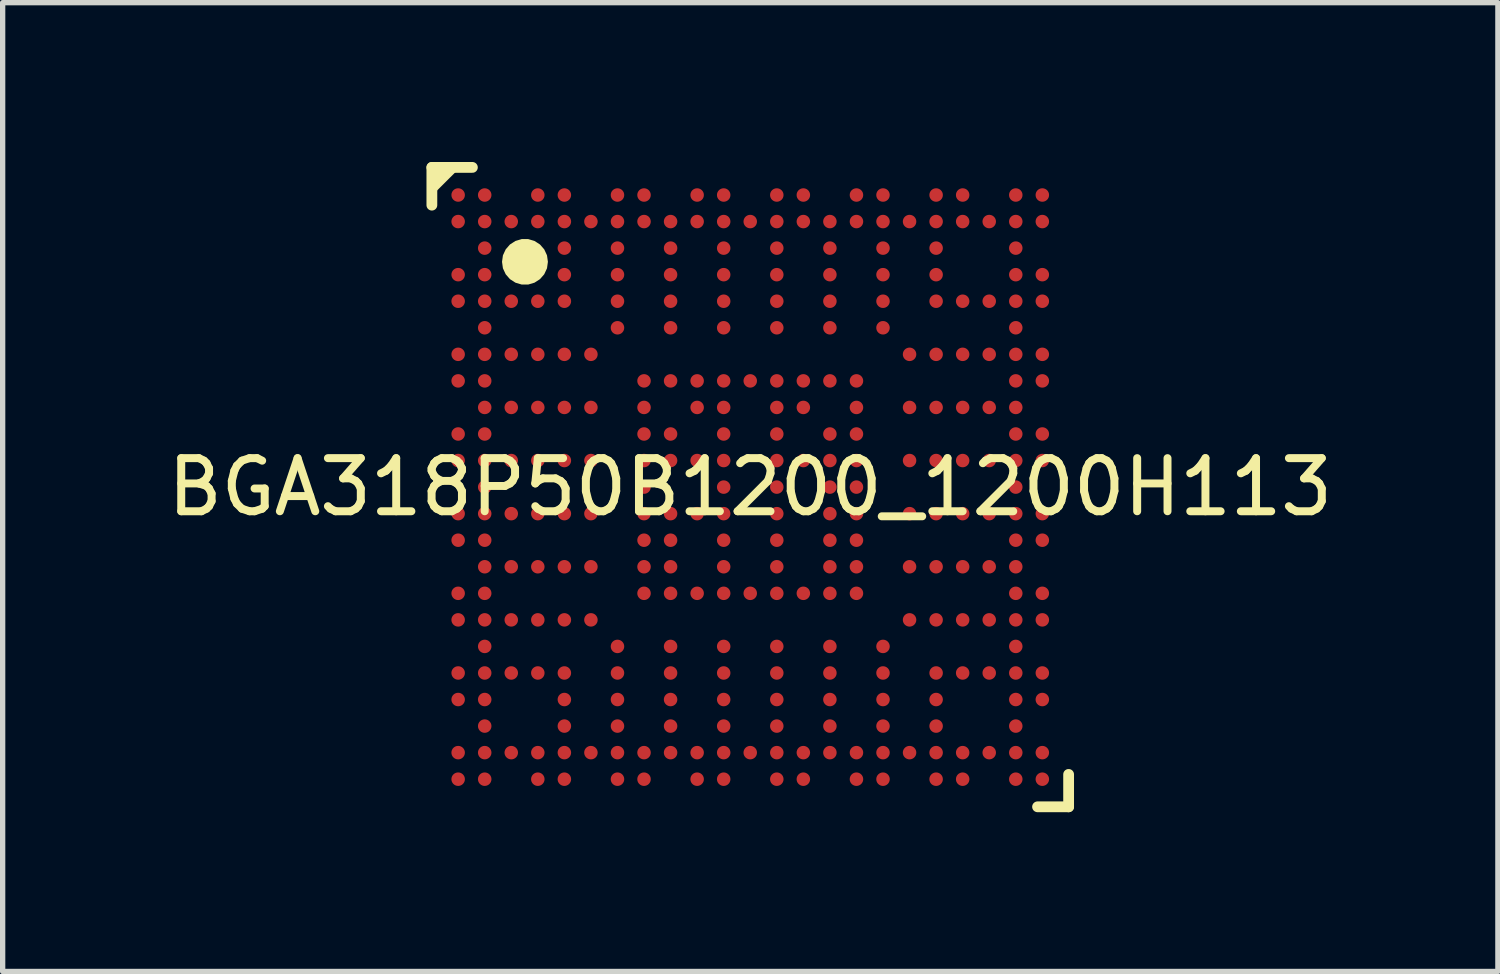
<source format=kicad_pcb>
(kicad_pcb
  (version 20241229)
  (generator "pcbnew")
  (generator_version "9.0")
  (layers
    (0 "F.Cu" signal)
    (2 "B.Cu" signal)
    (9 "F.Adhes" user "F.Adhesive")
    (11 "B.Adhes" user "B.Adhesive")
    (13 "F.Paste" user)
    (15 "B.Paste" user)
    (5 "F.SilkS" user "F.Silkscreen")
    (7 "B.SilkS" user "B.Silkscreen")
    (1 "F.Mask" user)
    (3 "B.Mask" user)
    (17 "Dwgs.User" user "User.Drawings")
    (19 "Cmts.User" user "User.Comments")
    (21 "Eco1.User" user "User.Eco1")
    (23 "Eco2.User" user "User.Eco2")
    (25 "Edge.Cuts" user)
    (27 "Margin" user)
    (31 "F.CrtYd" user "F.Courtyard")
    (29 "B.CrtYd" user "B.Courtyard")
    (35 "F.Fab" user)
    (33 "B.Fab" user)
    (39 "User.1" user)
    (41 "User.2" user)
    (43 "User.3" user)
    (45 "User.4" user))
  (footprint "BGA318P50B1200_1200H113"
    (layer "F.Cu")
    (at 11.077 6.122)
    (property "Reference" "BGA318P50B1200_1200H113" (at 0 0 0) (layer "F.SilkS") (effects (font (size 1 1) (thickness 0.15))))
    (fp_line (start -5.995 -6.02) (end -5.995 -5.309) (stroke (width 0.203) (type default)) (layer "F.SilkS"))
    (fp_line (start -5.995 -6.02) (end -5.232 -6.02) (stroke (width 0.203) (type default)) (layer "F.SilkS"))
    (fp_line (start 5.41 6.02) (end 5.995 6.02) (stroke (width 0.203) (type default)) (layer "F.SilkS"))
    (fp_line (start 5.995 5.41) (end 5.995 6.02) (stroke (width 0.203) (type default)) (layer "F.SilkS"))
    (fp_poly (pts (xy -5.461 -6.02) (xy -5.995 -5.487) (xy -5.995 -5.664) (xy -5.995 -6.02)) (stroke (width 0) (type default)) (fill yes) (layer "F.SilkS"))
    (fp_poly (pts (xy -3.81 -4.242) (xy -3.827 -4.364) (xy -3.879 -4.476) (xy -3.959 -4.568) (xy -4.063 -4.635) (xy -4.181 -4.67) (xy -4.303 -4.67) (xy -4.421 -4.635) (xy -4.525 -4.568) (xy -4.605 -4.476) (xy -4.657 -4.364) (xy -4.674 -4.242) (xy -4.657 -4.12) (xy -4.605 -4.008) (xy -4.525 -3.916) (xy -4.421 -3.849) (xy -4.303 -3.814) (xy -4.181 -3.814) (xy -4.063 -3.849) (xy -3.959 -3.916) (xy -3.879 -4.008) (xy -3.827 -4.12)) (stroke (width 0) (type default)) (fill yes) (layer "F.SilkS"))
    (pad "A1" smd circle (at -5.5 -5.5 270) (size 0.254 0.254) (layers "F.Cu" "F.Mask" "F.Paste"))
    (pad "A2" smd circle (at -5 -5.5 270) (size 0.254 0.254) (layers "F.Cu" "F.Mask" "F.Paste"))
    (pad "A4" smd circle (at -4 -5.5 270) (size 0.254 0.254) (layers "F.Cu" "F.Mask" "F.Paste"))
    (pad "A5" smd circle (at -3.5 -5.5 270) (size 0.254 0.254) (layers "F.Cu" "F.Mask" "F.Paste"))
    (pad "A7" smd circle (at -2.5 -5.5 270) (size 0.254 0.254) (layers "F.Cu" "F.Mask" "F.Paste"))
    (pad "A8" smd circle (at -2 -5.5 270) (size 0.254 0.254) (layers "F.Cu" "F.Mask" "F.Paste"))
    (pad "A10" smd circle (at -1 -5.5 270) (size 0.254 0.254) (layers "F.Cu" "F.Mask" "F.Paste"))
    (pad "A11" smd circle (at -0.5 -5.5 270) (size 0.254 0.254) (layers "F.Cu" "F.Mask" "F.Paste"))
    (pad "A13" smd circle (at 0.5 -5.5 270) (size 0.254 0.254) (layers "F.Cu" "F.Mask" "F.Paste"))
    (pad "A14" smd circle (at 1 -5.5 270) (size 0.254 0.254) (layers "F.Cu" "F.Mask" "F.Paste"))
    (pad "A16" smd circle (at 2 -5.5 270) (size 0.254 0.254) (layers "F.Cu" "F.Mask" "F.Paste"))
    (pad "A17" smd circle (at 2.5 -5.5 270) (size 0.254 0.254) (layers "F.Cu" "F.Mask" "F.Paste"))
    (pad "A19" smd circle (at 3.5 -5.5 270) (size 0.254 0.254) (layers "F.Cu" "F.Mask" "F.Paste"))
    (pad "A20" smd circle (at 4 -5.5 270) (size 0.254 0.254) (layers "F.Cu" "F.Mask" "F.Paste"))
    (pad "A22" smd circle (at 5 -5.5 270) (size 0.254 0.254) (layers "F.Cu" "F.Mask" "F.Paste"))
    (pad "A23" smd circle (at 5.5 -5.5 270) (size 0.254 0.254) (layers "F.Cu" "F.Mask" "F.Paste"))
    (pad "AA2" smd circle (at -5 4.5 270) (size 0.254 0.254) (layers "F.Cu" "F.Mask" "F.Paste"))
    (pad "AA5" smd circle (at -3.5 4.5 270) (size 0.254 0.254) (layers "F.Cu" "F.Mask" "F.Paste"))
    (pad "AA7" smd circle (at -2.5 4.5 270) (size 0.254 0.254) (layers "F.Cu" "F.Mask" "F.Paste"))
    (pad "AA9" smd circle (at -1.5 4.5 270) (size 0.254 0.254) (layers "F.Cu" "F.Mask" "F.Paste"))
    (pad "AA11" smd circle (at -0.5 4.5 270) (size 0.254 0.254) (layers "F.Cu" "F.Mask" "F.Paste"))
    (pad "AA13" smd circle (at 0.5 4.5 270) (size 0.254 0.254) (layers "F.Cu" "F.Mask" "F.Paste"))
    (pad "AA15" smd circle (at 1.5 4.5 270) (size 0.254 0.254) (layers "F.Cu" "F.Mask" "F.Paste"))
    (pad "AA17" smd circle (at 2.5 4.5 270) (size 0.254 0.254) (layers "F.Cu" "F.Mask" "F.Paste"))
    (pad "AA19" smd circle (at 3.5 4.5 270) (size 0.254 0.254) (layers "F.Cu" "F.Mask" "F.Paste"))
    (pad "AA22" smd circle (at 5 4.5 270) (size 0.254 0.254) (layers "F.Cu" "F.Mask" "F.Paste"))
    (pad "AB1" smd circle (at -5.5 5 270) (size 0.254 0.254) (layers "F.Cu" "F.Mask" "F.Paste"))
    (pad "AB2" smd circle (at -5 5 270) (size 0.254 0.254) (layers "F.Cu" "F.Mask" "F.Paste"))
    (pad "AB3" smd circle (at -4.5 5 270) (size 0.254 0.254) (layers "F.Cu" "F.Mask" "F.Paste"))
    (pad "AB4" smd circle (at -4 5 270) (size 0.254 0.254) (layers "F.Cu" "F.Mask" "F.Paste"))
    (pad "AB5" smd circle (at -3.5 5 270) (size 0.254 0.254) (layers "F.Cu" "F.Mask" "F.Paste"))
    (pad "AB6" smd circle (at -3 5 270) (size 0.254 0.254) (layers "F.Cu" "F.Mask" "F.Paste"))
    (pad "AB7" smd circle (at -2.5 5 270) (size 0.254 0.254) (layers "F.Cu" "F.Mask" "F.Paste"))
    (pad "AB8" smd circle (at -2 5 270) (size 0.254 0.254) (layers "F.Cu" "F.Mask" "F.Paste"))
    (pad "AB9" smd circle (at -1.5 5 270) (size 0.254 0.254) (layers "F.Cu" "F.Mask" "F.Paste"))
    (pad "AB10" smd circle (at -1 5 270) (size 0.254 0.254) (layers "F.Cu" "F.Mask" "F.Paste"))
    (pad "AB11" smd circle (at -0.5 5 270) (size 0.254 0.254) (layers "F.Cu" "F.Mask" "F.Paste"))
    (pad "AB12" smd circle (at 0 5 270) (size 0.254 0.254) (layers "F.Cu" "F.Mask" "F.Paste"))
    (pad "AB13" smd circle (at 0.5 5 270) (size 0.254 0.254) (layers "F.Cu" "F.Mask" "F.Paste"))
    (pad "AB14" smd circle (at 1 5 270) (size 0.254 0.254) (layers "F.Cu" "F.Mask" "F.Paste"))
    (pad "AB15" smd circle (at 1.5 5 270) (size 0.254 0.254) (layers "F.Cu" "F.Mask" "F.Paste"))
    (pad "AB16" smd circle (at 2 5 270) (size 0.254 0.254) (layers "F.Cu" "F.Mask" "F.Paste"))
    (pad "AB17" smd circle (at 2.5 5 270) (size 0.254 0.254) (layers "F.Cu" "F.Mask" "F.Paste"))
    (pad "AB18" smd circle (at 3 5 270) (size 0.254 0.254) (layers "F.Cu" "F.Mask" "F.Paste"))
    (pad "AB19" smd circle (at 3.5 5 270) (size 0.254 0.254) (layers "F.Cu" "F.Mask" "F.Paste"))
    (pad "AB20" smd circle (at 4 5 270) (size 0.254 0.254) (layers "F.Cu" "F.Mask" "F.Paste"))
    (pad "AB21" smd circle (at 4.5 5 270) (size 0.254 0.254) (layers "F.Cu" "F.Mask" "F.Paste"))
    (pad "AB22" smd circle (at 5 5 270) (size 0.254 0.254) (layers "F.Cu" "F.Mask" "F.Paste"))
    (pad "AB23" smd circle (at 5.5 5 270) (size 0.254 0.254) (layers "F.Cu" "F.Mask" "F.Paste"))
    (pad "AC1" smd circle (at -5.5 5.5 270) (size 0.254 0.254) (layers "F.Cu" "F.Mask" "F.Paste"))
    (pad "AC2" smd circle (at -5 5.5 270) (size 0.254 0.254) (layers "F.Cu" "F.Mask" "F.Paste"))
    (pad "AC4" smd circle (at -4 5.5 270) (size 0.254 0.254) (layers "F.Cu" "F.Mask" "F.Paste"))
    (pad "AC5" smd circle (at -3.5 5.5 270) (size 0.254 0.254) (layers "F.Cu" "F.Mask" "F.Paste"))
    (pad "AC7" smd circle (at -2.5 5.5 270) (size 0.254 0.254) (layers "F.Cu" "F.Mask" "F.Paste"))
    (pad "AC8" smd circle (at -2 5.5 270) (size 0.254 0.254) (layers "F.Cu" "F.Mask" "F.Paste"))
    (pad "AC10" smd circle (at -1 5.5 270) (size 0.254 0.254) (layers "F.Cu" "F.Mask" "F.Paste"))
    (pad "AC11" smd circle (at -0.5 5.5 270) (size 0.254 0.254) (layers "F.Cu" "F.Mask" "F.Paste"))
    (pad "AC13" smd circle (at 0.5 5.5 270) (size 0.254 0.254) (layers "F.Cu" "F.Mask" "F.Paste"))
    (pad "AC14" smd circle (at 1 5.5 270) (size 0.254 0.254) (layers "F.Cu" "F.Mask" "F.Paste"))
    (pad "AC16" smd circle (at 2 5.5 270) (size 0.254 0.254) (layers "F.Cu" "F.Mask" "F.Paste"))
    (pad "AC17" smd circle (at 2.5 5.5 270) (size 0.254 0.254) (layers "F.Cu" "F.Mask" "F.Paste"))
    (pad "AC19" smd circle (at 3.5 5.5 270) (size 0.254 0.254) (layers "F.Cu" "F.Mask" "F.Paste"))
    (pad "AC20" smd circle (at 4 5.5 270) (size 0.254 0.254) (layers "F.Cu" "F.Mask" "F.Paste"))
    (pad "AC22" smd circle (at 5 5.5 270) (size 0.254 0.254) (layers "F.Cu" "F.Mask" "F.Paste"))
    (pad "AC23" smd circle (at 5.5 5.5 270) (size 0.254 0.254) (layers "F.Cu" "F.Mask" "F.Paste"))
    (pad "B1" smd circle (at -5.5 -5 270) (size 0.254 0.254) (layers "F.Cu" "F.Mask" "F.Paste"))
    (pad "B2" smd circle (at -5 -5 270) (size 0.254 0.254) (layers "F.Cu" "F.Mask" "F.Paste"))
    (pad "B3" smd circle (at -4.5 -5 270) (size 0.254 0.254) (layers "F.Cu" "F.Mask" "F.Paste"))
    (pad "B4" smd circle (at -4 -5 270) (size 0.254 0.254) (layers "F.Cu" "F.Mask" "F.Paste"))
    (pad "B5" smd circle (at -3.5 -5 270) (size 0.254 0.254) (layers "F.Cu" "F.Mask" "F.Paste"))
    (pad "B6" smd circle (at -3 -5 270) (size 0.254 0.254) (layers "F.Cu" "F.Mask" "F.Paste"))
    (pad "B7" smd circle (at -2.5 -5 270) (size 0.254 0.254) (layers "F.Cu" "F.Mask" "F.Paste"))
    (pad "B8" smd circle (at -2 -5 270) (size 0.254 0.254) (layers "F.Cu" "F.Mask" "F.Paste"))
    (pad "B9" smd circle (at -1.5 -5 270) (size 0.254 0.254) (layers "F.Cu" "F.Mask" "F.Paste"))
    (pad "B10" smd circle (at -1 -5 270) (size 0.254 0.254) (layers "F.Cu" "F.Mask" "F.Paste"))
    (pad "B11" smd circle (at -0.5 -5 270) (size 0.254 0.254) (layers "F.Cu" "F.Mask" "F.Paste"))
    (pad "B12" smd circle (at 0 -5 270) (size 0.254 0.254) (layers "F.Cu" "F.Mask" "F.Paste"))
    (pad "B13" smd circle (at 0.5 -5 270) (size 0.254 0.254) (layers "F.Cu" "F.Mask" "F.Paste"))
    (pad "B14" smd circle (at 1 -5 270) (size 0.254 0.254) (layers "F.Cu" "F.Mask" "F.Paste"))
    (pad "B15" smd circle (at 1.5 -5 270) (size 0.254 0.254) (layers "F.Cu" "F.Mask" "F.Paste"))
    (pad "B16" smd circle (at 2 -5 270) (size 0.254 0.254) (layers "F.Cu" "F.Mask" "F.Paste"))
    (pad "B17" smd circle (at 2.5 -5 270) (size 0.254 0.254) (layers "F.Cu" "F.Mask" "F.Paste"))
    (pad "B18" smd circle (at 3 -5 270) (size 0.254 0.254) (layers "F.Cu" "F.Mask" "F.Paste"))
    (pad "B19" smd circle (at 3.5 -5 270) (size 0.254 0.254) (layers "F.Cu" "F.Mask" "F.Paste"))
    (pad "B20" smd circle (at 4 -5 270) (size 0.254 0.254) (layers "F.Cu" "F.Mask" "F.Paste"))
    (pad "B21" smd circle (at 4.5 -5 270) (size 0.254 0.254) (layers "F.Cu" "F.Mask" "F.Paste"))
    (pad "B22" smd circle (at 5 -5 270) (size 0.254 0.254) (layers "F.Cu" "F.Mask" "F.Paste"))
    (pad "B23" smd circle (at 5.5 -5 270) (size 0.254 0.254) (layers "F.Cu" "F.Mask" "F.Paste"))
    (pad "C2" smd circle (at -5 -4.5 270) (size 0.254 0.254) (layers "F.Cu" "F.Mask" "F.Paste"))
    (pad "C5" smd circle (at -3.5 -4.5 270) (size 0.254 0.254) (layers "F.Cu" "F.Mask" "F.Paste"))
    (pad "C7" smd circle (at -2.5 -4.5 270) (size 0.254 0.254) (layers "F.Cu" "F.Mask" "F.Paste"))
    (pad "C9" smd circle (at -1.5 -4.5 270) (size 0.254 0.254) (layers "F.Cu" "F.Mask" "F.Paste"))
    (pad "C11" smd circle (at -0.5 -4.5 270) (size 0.254 0.254) (layers "F.Cu" "F.Mask" "F.Paste"))
    (pad "C13" smd circle (at 0.5 -4.5 270) (size 0.254 0.254) (layers "F.Cu" "F.Mask" "F.Paste"))
    (pad "C15" smd circle (at 1.5 -4.5 270) (size 0.254 0.254) (layers "F.Cu" "F.Mask" "F.Paste"))
    (pad "C17" smd circle (at 2.5 -4.5 270) (size 0.254 0.254) (layers "F.Cu" "F.Mask" "F.Paste"))
    (pad "C19" smd circle (at 3.5 -4.5 270) (size 0.254 0.254) (layers "F.Cu" "F.Mask" "F.Paste"))
    (pad "C22" smd circle (at 5 -4.5 270) (size 0.254 0.254) (layers "F.Cu" "F.Mask" "F.Paste"))
    (pad "D1" smd circle (at -5.5 -4 270) (size 0.254 0.254) (layers "F.Cu" "F.Mask" "F.Paste"))
    (pad "D2" smd circle (at -5 -4 270) (size 0.254 0.254) (layers "F.Cu" "F.Mask" "F.Paste"))
    (pad "D5" smd circle (at -3.5 -4 270) (size 0.254 0.254) (layers "F.Cu" "F.Mask" "F.Paste"))
    (pad "D7" smd circle (at -2.5 -4 270) (size 0.254 0.254) (layers "F.Cu" "F.Mask" "F.Paste"))
    (pad "D9" smd circle (at -1.5 -4 270) (size 0.254 0.254) (layers "F.Cu" "F.Mask" "F.Paste"))
    (pad "D11" smd circle (at -0.5 -4 270) (size 0.254 0.254) (layers "F.Cu" "F.Mask" "F.Paste"))
    (pad "D13" smd circle (at 0.5 -4 270) (size 0.254 0.254) (layers "F.Cu" "F.Mask" "F.Paste"))
    (pad "D15" smd circle (at 1.5 -4 270) (size 0.254 0.254) (layers "F.Cu" "F.Mask" "F.Paste"))
    (pad "D17" smd circle (at 2.5 -4 270) (size 0.254 0.254) (layers "F.Cu" "F.Mask" "F.Paste"))
    (pad "D19" smd circle (at 3.5 -4 270) (size 0.254 0.254) (layers "F.Cu" "F.Mask" "F.Paste"))
    (pad "D22" smd circle (at 5 -4 270) (size 0.254 0.254) (layers "F.Cu" "F.Mask" "F.Paste"))
    (pad "D23" smd circle (at 5.5 -4 270) (size 0.254 0.254) (layers "F.Cu" "F.Mask" "F.Paste"))
    (pad "E1" smd circle (at -5.5 -3.5 270) (size 0.254 0.254) (layers "F.Cu" "F.Mask" "F.Paste"))
    (pad "E2" smd circle (at -5 -3.5 270) (size 0.254 0.254) (layers "F.Cu" "F.Mask" "F.Paste"))
    (pad "E3" smd circle (at -4.5 -3.5 270) (size 0.254 0.254) (layers "F.Cu" "F.Mask" "F.Paste"))
    (pad "E4" smd circle (at -4 -3.5 270) (size 0.254 0.254) (layers "F.Cu" "F.Mask" "F.Paste"))
    (pad "E5" smd circle (at -3.5 -3.5 270) (size 0.254 0.254) (layers "F.Cu" "F.Mask" "F.Paste"))
    (pad "E7" smd circle (at -2.5 -3.5 270) (size 0.254 0.254) (layers "F.Cu" "F.Mask" "F.Paste"))
    (pad "E9" smd circle (at -1.5 -3.5 270) (size 0.254 0.254) (layers "F.Cu" "F.Mask" "F.Paste"))
    (pad "E11" smd circle (at -0.5 -3.5 270) (size 0.254 0.254) (layers "F.Cu" "F.Mask" "F.Paste"))
    (pad "E13" smd circle (at 0.5 -3.5 270) (size 0.254 0.254) (layers "F.Cu" "F.Mask" "F.Paste"))
    (pad "E15" smd circle (at 1.5 -3.5 270) (size 0.254 0.254) (layers "F.Cu" "F.Mask" "F.Paste"))
    (pad "E17" smd circle (at 2.5 -3.5 270) (size 0.254 0.254) (layers "F.Cu" "F.Mask" "F.Paste"))
    (pad "E19" smd circle (at 3.5 -3.5 270) (size 0.254 0.254) (layers "F.Cu" "F.Mask" "F.Paste"))
    (pad "E20" smd circle (at 4 -3.5 270) (size 0.254 0.254) (layers "F.Cu" "F.Mask" "F.Paste"))
    (pad "E21" smd circle (at 4.5 -3.5 270) (size 0.254 0.254) (layers "F.Cu" "F.Mask" "F.Paste"))
    (pad "E22" smd circle (at 5 -3.5 270) (size 0.254 0.254) (layers "F.Cu" "F.Mask" "F.Paste"))
    (pad "E23" smd circle (at 5.5 -3.5 270) (size 0.254 0.254) (layers "F.Cu" "F.Mask" "F.Paste"))
    (pad "F2" smd circle (at -5 -3 270) (size 0.254 0.254) (layers "F.Cu" "F.Mask" "F.Paste"))
    (pad "F7" smd circle (at -2.5 -3 270) (size 0.254 0.254) (layers "F.Cu" "F.Mask" "F.Paste"))
    (pad "F9" smd circle (at -1.5 -3 270) (size 0.254 0.254) (layers "F.Cu" "F.Mask" "F.Paste"))
    (pad "F11" smd circle (at -0.5 -3 270) (size 0.254 0.254) (layers "F.Cu" "F.Mask" "F.Paste"))
    (pad "F13" smd circle (at 0.5 -3 270) (size 0.254 0.254) (layers "F.Cu" "F.Mask" "F.Paste"))
    (pad "F15" smd circle (at 1.5 -3 270) (size 0.254 0.254) (layers "F.Cu" "F.Mask" "F.Paste"))
    (pad "F17" smd circle (at 2.5 -3 270) (size 0.254 0.254) (layers "F.Cu" "F.Mask" "F.Paste"))
    (pad "F22" smd circle (at 5 -3 270) (size 0.254 0.254) (layers "F.Cu" "F.Mask" "F.Paste"))
    (pad "G1" smd circle (at -5.5 -2.5 270) (size 0.254 0.254) (layers "F.Cu" "F.Mask" "F.Paste"))
    (pad "G2" smd circle (at -5 -2.5 270) (size 0.254 0.254) (layers "F.Cu" "F.Mask" "F.Paste"))
    (pad "G3" smd circle (at -4.5 -2.5 270) (size 0.254 0.254) (layers "F.Cu" "F.Mask" "F.Paste"))
    (pad "G4" smd circle (at -4 -2.5 270) (size 0.254 0.254) (layers "F.Cu" "F.Mask" "F.Paste"))
    (pad "G5" smd circle (at -3.5 -2.5 270) (size 0.254 0.254) (layers "F.Cu" "F.Mask" "F.Paste"))
    (pad "G6" smd circle (at -3 -2.5 270) (size 0.254 0.254) (layers "F.Cu" "F.Mask" "F.Paste"))
    (pad "G18" smd circle (at 3 -2.5 270) (size 0.254 0.254) (layers "F.Cu" "F.Mask" "F.Paste"))
    (pad "G19" smd circle (at 3.5 -2.5 270) (size 0.254 0.254) (layers "F.Cu" "F.Mask" "F.Paste"))
    (pad "G20" smd circle (at 4 -2.5 270) (size 0.254 0.254) (layers "F.Cu" "F.Mask" "F.Paste"))
    (pad "G21" smd circle (at 4.5 -2.5 270) (size 0.254 0.254) (layers "F.Cu" "F.Mask" "F.Paste"))
    (pad "G22" smd circle (at 5 -2.5 270) (size 0.254 0.254) (layers "F.Cu" "F.Mask" "F.Paste"))
    (pad "G23" smd circle (at 5.5 -2.5 270) (size 0.254 0.254) (layers "F.Cu" "F.Mask" "F.Paste"))
    (pad "H1" smd circle (at -5.5 -2 270) (size 0.254 0.254) (layers "F.Cu" "F.Mask" "F.Paste"))
    (pad "H2" smd circle (at -5 -2 270) (size 0.254 0.254) (layers "F.Cu" "F.Mask" "F.Paste"))
    (pad "H8" smd circle (at -2 -2 270) (size 0.254 0.254) (layers "F.Cu" "F.Mask" "F.Paste"))
    (pad "H9" smd circle (at -1.5 -2 270) (size 0.254 0.254) (layers "F.Cu" "F.Mask" "F.Paste"))
    (pad "H10" smd circle (at -1 -2 270) (size 0.254 0.254) (layers "F.Cu" "F.Mask" "F.Paste"))
    (pad "H11" smd circle (at -0.5 -2 270) (size 0.254 0.254) (layers "F.Cu" "F.Mask" "F.Paste"))
    (pad "H12" smd circle (at 0 -2 270) (size 0.254 0.254) (layers "F.Cu" "F.Mask" "F.Paste"))
    (pad "H13" smd circle (at 0.5 -2 270) (size 0.254 0.254) (layers "F.Cu" "F.Mask" "F.Paste"))
    (pad "H14" smd circle (at 1 -2 270) (size 0.254 0.254) (layers "F.Cu" "F.Mask" "F.Paste"))
    (pad "H15" smd circle (at 1.5 -2 270) (size 0.254 0.254) (layers "F.Cu" "F.Mask" "F.Paste"))
    (pad "H16" smd circle (at 2 -2 270) (size 0.254 0.254) (layers "F.Cu" "F.Mask" "F.Paste"))
    (pad "H22" smd circle (at 5 -2 270) (size 0.254 0.254) (layers "F.Cu" "F.Mask" "F.Paste"))
    (pad "H23" smd circle (at 5.5 -2 270) (size 0.254 0.254) (layers "F.Cu" "F.Mask" "F.Paste"))
    (pad "J2" smd circle (at -5 -1.5 270) (size 0.254 0.254) (layers "F.Cu" "F.Mask" "F.Paste"))
    (pad "J3" smd circle (at -4.5 -1.5 270) (size 0.254 0.254) (layers "F.Cu" "F.Mask" "F.Paste"))
    (pad "J4" smd circle (at -4 -1.5 270) (size 0.254 0.254) (layers "F.Cu" "F.Mask" "F.Paste"))
    (pad "J5" smd circle (at -3.5 -1.5 270) (size 0.254 0.254) (layers "F.Cu" "F.Mask" "F.Paste"))
    (pad "J6" smd circle (at -3 -1.5 270) (size 0.254 0.254) (layers "F.Cu" "F.Mask" "F.Paste"))
    (pad "J8" smd circle (at -2 -1.5 270) (size 0.254 0.254) (layers "F.Cu" "F.Mask" "F.Paste"))
    (pad "J10" smd circle (at -1 -1.5 270) (size 0.254 0.254) (layers "F.Cu" "F.Mask" "F.Paste"))
    (pad "J11" smd circle (at -0.5 -1.5 270) (size 0.254 0.254) (layers "F.Cu" "F.Mask" "F.Paste"))
    (pad "J13" smd circle (at 0.5 -1.5 270) (size 0.254 0.254) (layers "F.Cu" "F.Mask" "F.Paste"))
    (pad "J14" smd circle (at 1 -1.5 270) (size 0.254 0.254) (layers "F.Cu" "F.Mask" "F.Paste"))
    (pad "J16" smd circle (at 2 -1.5 270) (size 0.254 0.254) (layers "F.Cu" "F.Mask" "F.Paste"))
    (pad "J18" smd circle (at 3 -1.5 270) (size 0.254 0.254) (layers "F.Cu" "F.Mask" "F.Paste"))
    (pad "J19" smd circle (at 3.5 -1.5 270) (size 0.254 0.254) (layers "F.Cu" "F.Mask" "F.Paste"))
    (pad "J20" smd circle (at 4 -1.5 270) (size 0.254 0.254) (layers "F.Cu" "F.Mask" "F.Paste"))
    (pad "J21" smd circle (at 4.5 -1.5 270) (size 0.254 0.254) (layers "F.Cu" "F.Mask" "F.Paste"))
    (pad "J22" smd circle (at 5 -1.5 270) (size 0.254 0.254) (layers "F.Cu" "F.Mask" "F.Paste"))
    (pad "K1" smd circle (at -5.5 -1 270) (size 0.254 0.254) (layers "F.Cu" "F.Mask" "F.Paste"))
    (pad "K2" smd circle (at -5 -1 270) (size 0.254 0.254) (layers "F.Cu" "F.Mask" "F.Paste"))
    (pad "K8" smd circle (at -2 -1 270) (size 0.254 0.254) (layers "F.Cu" "F.Mask" "F.Paste"))
    (pad "K9" smd circle (at -1.5 -1 270) (size 0.254 0.254) (layers "F.Cu" "F.Mask" "F.Paste"))
    (pad "K11" smd circle (at -0.5 -1 270) (size 0.254 0.254) (layers "F.Cu" "F.Mask" "F.Paste"))
    (pad "K13" smd circle (at 0.5 -1 270) (size 0.254 0.254) (layers "F.Cu" "F.Mask" "F.Paste"))
    (pad "K15" smd circle (at 1.5 -1 270) (size 0.254 0.254) (layers "F.Cu" "F.Mask" "F.Paste"))
    (pad "K16" smd circle (at 2 -1 270) (size 0.254 0.254) (layers "F.Cu" "F.Mask" "F.Paste"))
    (pad "K22" smd circle (at 5 -1 270) (size 0.254 0.254) (layers "F.Cu" "F.Mask" "F.Paste"))
    (pad "K23" smd circle (at 5.5 -1 270) (size 0.254 0.254) (layers "F.Cu" "F.Mask" "F.Paste"))
    (pad "L1" smd circle (at -5.5 -0.5 270) (size 0.254 0.254) (layers "F.Cu" "F.Mask" "F.Paste"))
    (pad "L2" smd circle (at -5 -0.5 270) (size 0.254 0.254) (layers "F.Cu" "F.Mask" "F.Paste"))
    (pad "L3" smd circle (at -4.5 -0.5 270) (size 0.254 0.254) (layers "F.Cu" "F.Mask" "F.Paste"))
    (pad "L4" smd circle (at -4 -0.5 270) (size 0.254 0.254) (layers "F.Cu" "F.Mask" "F.Paste"))
    (pad "L5" smd circle (at -3.5 -0.5 270) (size 0.254 0.254) (layers "F.Cu" "F.Mask" "F.Paste"))
    (pad "L6" smd circle (at -3 -0.5 270) (size 0.254 0.254) (layers "F.Cu" "F.Mask" "F.Paste"))
    (pad "L8" smd circle (at -2 -0.5 270) (size 0.254 0.254) (layers "F.Cu" "F.Mask" "F.Paste"))
    (pad "L9" smd circle (at -1.5 -0.5 270) (size 0.254 0.254) (layers "F.Cu" "F.Mask" "F.Paste"))
    (pad "L10" smd circle (at -1 -0.5 270) (size 0.254 0.254) (layers "F.Cu" "F.Mask" "F.Paste"))
    (pad "L11" smd circle (at -0.5 -0.5 270) (size 0.254 0.254) (layers "F.Cu" "F.Mask" "F.Paste"))
    (pad "L13" smd circle (at 0.5 -0.5 270) (size 0.254 0.254) (layers "F.Cu" "F.Mask" "F.Paste"))
    (pad "L14" smd circle (at 1 -0.5 270) (size 0.254 0.254) (layers "F.Cu" "F.Mask" "F.Paste"))
    (pad "L15" smd circle (at 1.5 -0.5 270) (size 0.254 0.254) (layers "F.Cu" "F.Mask" "F.Paste"))
    (pad "L16" smd circle (at 2 -0.5 270) (size 0.254 0.254) (layers "F.Cu" "F.Mask" "F.Paste"))
    (pad "L18" smd circle (at 3 -0.5 270) (size 0.254 0.254) (layers "F.Cu" "F.Mask" "F.Paste"))
    (pad "L19" smd circle (at 3.5 -0.5 270) (size 0.254 0.254) (layers "F.Cu" "F.Mask" "F.Paste"))
    (pad "L20" smd circle (at 4 -0.5 270) (size 0.254 0.254) (layers "F.Cu" "F.Mask" "F.Paste"))
    (pad "L21" smd circle (at 4.5 -0.5 270) (size 0.254 0.254) (layers "F.Cu" "F.Mask" "F.Paste"))
    (pad "L22" smd circle (at 5 -0.5 270) (size 0.254 0.254) (layers "F.Cu" "F.Mask" "F.Paste"))
    (pad "L23" smd circle (at 5.5 -0.5 270) (size 0.254 0.254) (layers "F.Cu" "F.Mask" "F.Paste"))
    (pad "M2" smd circle (at -5 0 270) (size 0.254 0.254) (layers "F.Cu" "F.Mask" "F.Paste"))
    (pad "M8" smd circle (at -2 0 270) (size 0.254 0.254) (layers "F.Cu" "F.Mask" "F.Paste"))
    (pad "M11" smd circle (at -0.5 0 270) (size 0.254 0.254) (layers "F.Cu" "F.Mask" "F.Paste"))
    (pad "M13" smd circle (at 0.5 0 270) (size 0.254 0.254) (layers "F.Cu" "F.Mask" "F.Paste"))
    (pad "M15" smd circle (at 1.5 0 270) (size 0.254 0.254) (layers "F.Cu" "F.Mask" "F.Paste"))
    (pad "M16" smd circle (at 2 0 270) (size 0.254 0.254) (layers "F.Cu" "F.Mask" "F.Paste"))
    (pad "M22" smd circle (at 5 0 270) (size 0.254 0.254) (layers "F.Cu" "F.Mask" "F.Paste"))
    (pad "N1" smd circle (at -5.5 0.5 270) (size 0.254 0.254) (layers "F.Cu" "F.Mask" "F.Paste"))
    (pad "N2" smd circle (at -5 0.5 270) (size 0.254 0.254) (layers "F.Cu" "F.Mask" "F.Paste"))
    (pad "N3" smd circle (at -4.5 0.5 270) (size 0.254 0.254) (layers "F.Cu" "F.Mask" "F.Paste"))
    (pad "N4" smd circle (at -4 0.5 270) (size 0.254 0.254) (layers "F.Cu" "F.Mask" "F.Paste"))
    (pad "N5" smd circle (at -3.5 0.5 270) (size 0.254 0.254) (layers "F.Cu" "F.Mask" "F.Paste"))
    (pad "N6" smd circle (at -3 0.5 270) (size 0.254 0.254) (layers "F.Cu" "F.Mask" "F.Paste"))
    (pad "N8" smd circle (at -2 0.5 270) (size 0.254 0.254) (layers "F.Cu" "F.Mask" "F.Paste"))
    (pad "N9" smd circle (at -1.5 0.5 270) (size 0.254 0.254) (layers "F.Cu" "F.Mask" "F.Paste"))
    (pad "N10" smd circle (at -1 0.5 270) (size 0.254 0.254) (layers "F.Cu" "F.Mask" "F.Paste"))
    (pad "N11" smd circle (at -0.5 0.5 270) (size 0.254 0.254) (layers "F.Cu" "F.Mask" "F.Paste"))
    (pad "N13" smd circle (at 0.5 0.5 270) (size 0.254 0.254) (layers "F.Cu" "F.Mask" "F.Paste"))
    (pad "N15" smd circle (at 1.5 0.5 270) (size 0.254 0.254) (layers "F.Cu" "F.Mask" "F.Paste"))
    (pad "N16" smd circle (at 2 0.5 270) (size 0.254 0.254) (layers "F.Cu" "F.Mask" "F.Paste"))
    (pad "N18" smd circle (at 3 0.5 270) (size 0.254 0.254) (layers "F.Cu" "F.Mask" "F.Paste"))
    (pad "N19" smd circle (at 3.5 0.5 270) (size 0.254 0.254) (layers "F.Cu" "F.Mask" "F.Paste"))
    (pad "N20" smd circle (at 4 0.5 270) (size 0.254 0.254) (layers "F.Cu" "F.Mask" "F.Paste"))
    (pad "N21" smd circle (at 4.5 0.5 270) (size 0.254 0.254) (layers "F.Cu" "F.Mask" "F.Paste"))
    (pad "N22" smd circle (at 5 0.5 270) (size 0.254 0.254) (layers "F.Cu" "F.Mask" "F.Paste"))
    (pad "N23" smd circle (at 5.5 0.5 270) (size 0.254 0.254) (layers "F.Cu" "F.Mask" "F.Paste"))
    (pad "P1" smd circle (at -5.5 1 270) (size 0.254 0.254) (layers "F.Cu" "F.Mask" "F.Paste"))
    (pad "P2" smd circle (at -5 1 270) (size 0.254 0.254) (layers "F.Cu" "F.Mask" "F.Paste"))
    (pad "P8" smd circle (at -2 1 270) (size 0.254 0.254) (layers "F.Cu" "F.Mask" "F.Paste"))
    (pad "P9" smd circle (at -1.5 1 270) (size 0.254 0.254) (layers "F.Cu" "F.Mask" "F.Paste"))
    (pad "P11" smd circle (at -0.5 1 270) (size 0.254 0.254) (layers "F.Cu" "F.Mask" "F.Paste"))
    (pad "P13" smd circle (at 0.5 1 270) (size 0.254 0.254) (layers "F.Cu" "F.Mask" "F.Paste"))
    (pad "P15" smd circle (at 1.5 1 270) (size 0.254 0.254) (layers "F.Cu" "F.Mask" "F.Paste"))
    (pad "P16" smd circle (at 2 1 270) (size 0.254 0.254) (layers "F.Cu" "F.Mask" "F.Paste"))
    (pad "P22" smd circle (at 5 1 270) (size 0.254 0.254) (layers "F.Cu" "F.Mask" "F.Paste"))
    (pad "P23" smd circle (at 5.5 1 270) (size 0.254 0.254) (layers "F.Cu" "F.Mask" "F.Paste"))
    (pad "R2" smd circle (at -5 1.5 270) (size 0.254 0.254) (layers "F.Cu" "F.Mask" "F.Paste"))
    (pad "R3" smd circle (at -4.5 1.5 270) (size 0.254 0.254) (layers "F.Cu" "F.Mask" "F.Paste"))
    (pad "R4" smd circle (at -4 1.5 270) (size 0.254 0.254) (layers "F.Cu" "F.Mask" "F.Paste"))
    (pad "R5" smd circle (at -3.5 1.5 270) (size 0.254 0.254) (layers "F.Cu" "F.Mask" "F.Paste"))
    (pad "R6" smd circle (at -3 1.5 270) (size 0.254 0.254) (layers "F.Cu" "F.Mask" "F.Paste"))
    (pad "R8" smd circle (at -2 1.5 270) (size 0.254 0.254) (layers "F.Cu" "F.Mask" "F.Paste"))
    (pad "R9" smd circle (at -1.5 1.5 270) (size 0.254 0.254) (layers "F.Cu" "F.Mask" "F.Paste"))
    (pad "R11" smd circle (at -0.5 1.5 270) (size 0.254 0.254) (layers "F.Cu" "F.Mask" "F.Paste"))
    (pad "R13" smd circle (at 0.5 1.5 270) (size 0.254 0.254) (layers "F.Cu" "F.Mask" "F.Paste"))
    (pad "R15" smd circle (at 1.5 1.5 270) (size 0.254 0.254) (layers "F.Cu" "F.Mask" "F.Paste"))
    (pad "R16" smd circle (at 2 1.5 270) (size 0.254 0.254) (layers "F.Cu" "F.Mask" "F.Paste"))
    (pad "R18" smd circle (at 3 1.5 270) (size 0.254 0.254) (layers "F.Cu" "F.Mask" "F.Paste"))
    (pad "R19" smd circle (at 3.5 1.5 270) (size 0.254 0.254) (layers "F.Cu" "F.Mask" "F.Paste"))
    (pad "R20" smd circle (at 4 1.5 270) (size 0.254 0.254) (layers "F.Cu" "F.Mask" "F.Paste"))
    (pad "R21" smd circle (at 4.5 1.5 270) (size 0.254 0.254) (layers "F.Cu" "F.Mask" "F.Paste"))
    (pad "R22" smd circle (at 5 1.5 270) (size 0.254 0.254) (layers "F.Cu" "F.Mask" "F.Paste"))
    (pad "T1" smd circle (at -5.5 2 270) (size 0.254 0.254) (layers "F.Cu" "F.Mask" "F.Paste"))
    (pad "T2" smd circle (at -5 2 270) (size 0.254 0.254) (layers "F.Cu" "F.Mask" "F.Paste"))
    (pad "T8" smd circle (at -2 2 270) (size 0.254 0.254) (layers "F.Cu" "F.Mask" "F.Paste"))
    (pad "T9" smd circle (at -1.5 2 270) (size 0.254 0.254) (layers "F.Cu" "F.Mask" "F.Paste"))
    (pad "T10" smd circle (at -1 2 270) (size 0.254 0.254) (layers "F.Cu" "F.Mask" "F.Paste"))
    (pad "T11" smd circle (at -0.5 2 270) (size 0.254 0.254) (layers "F.Cu" "F.Mask" "F.Paste"))
    (pad "T12" smd circle (at 0 2 270) (size 0.254 0.254) (layers "F.Cu" "F.Mask" "F.Paste"))
    (pad "T13" smd circle (at 0.5 2 270) (size 0.254 0.254) (layers "F.Cu" "F.Mask" "F.Paste"))
    (pad "T14" smd circle (at 1 2 270) (size 0.254 0.254) (layers "F.Cu" "F.Mask" "F.Paste"))
    (pad "T15" smd circle (at 1.5 2 270) (size 0.254 0.254) (layers "F.Cu" "F.Mask" "F.Paste"))
    (pad "T16" smd circle (at 2 2 270) (size 0.254 0.254) (layers "F.Cu" "F.Mask" "F.Paste"))
    (pad "T22" smd circle (at 5 2 270) (size 0.254 0.254) (layers "F.Cu" "F.Mask" "F.Paste"))
    (pad "T23" smd circle (at 5.5 2 270) (size 0.254 0.254) (layers "F.Cu" "F.Mask" "F.Paste"))
    (pad "U1" smd circle (at -5.5 2.5 270) (size 0.254 0.254) (layers "F.Cu" "F.Mask" "F.Paste"))
    (pad "U2" smd circle (at -5 2.5 270) (size 0.254 0.254) (layers "F.Cu" "F.Mask" "F.Paste"))
    (pad "U3" smd circle (at -4.5 2.5 270) (size 0.254 0.254) (layers "F.Cu" "F.Mask" "F.Paste"))
    (pad "U4" smd circle (at -4 2.5 270) (size 0.254 0.254) (layers "F.Cu" "F.Mask" "F.Paste"))
    (pad "U5" smd circle (at -3.5 2.5 270) (size 0.254 0.254) (layers "F.Cu" "F.Mask" "F.Paste"))
    (pad "U6" smd circle (at -3 2.5 270) (size 0.254 0.254) (layers "F.Cu" "F.Mask" "F.Paste"))
    (pad "U18" smd circle (at 3 2.5 270) (size 0.254 0.254) (layers "F.Cu" "F.Mask" "F.Paste"))
    (pad "U19" smd circle (at 3.5 2.5 270) (size 0.254 0.254) (layers "F.Cu" "F.Mask" "F.Paste"))
    (pad "U20" smd circle (at 4 2.5 270) (size 0.254 0.254) (layers "F.Cu" "F.Mask" "F.Paste"))
    (pad "U21" smd circle (at 4.5 2.5 270) (size 0.254 0.254) (layers "F.Cu" "F.Mask" "F.Paste"))
    (pad "U22" smd circle (at 5 2.5 270) (size 0.254 0.254) (layers "F.Cu" "F.Mask" "F.Paste"))
    (pad "U23" smd circle (at 5.5 2.5 270) (size 0.254 0.254) (layers "F.Cu" "F.Mask" "F.Paste"))
    (pad "V2" smd circle (at -5 3 270) (size 0.254 0.254) (layers "F.Cu" "F.Mask" "F.Paste"))
    (pad "V7" smd circle (at -2.5 3 270) (size 0.254 0.254) (layers "F.Cu" "F.Mask" "F.Paste"))
    (pad "V9" smd circle (at -1.5 3 270) (size 0.254 0.254) (layers "F.Cu" "F.Mask" "F.Paste"))
    (pad "V11" smd circle (at -0.5 3 270) (size 0.254 0.254) (layers "F.Cu" "F.Mask" "F.Paste"))
    (pad "V13" smd circle (at 0.5 3 270) (size 0.254 0.254) (layers "F.Cu" "F.Mask" "F.Paste"))
    (pad "V15" smd circle (at 1.5 3 270) (size 0.254 0.254) (layers "F.Cu" "F.Mask" "F.Paste"))
    (pad "V17" smd circle (at 2.5 3 270) (size 0.254 0.254) (layers "F.Cu" "F.Mask" "F.Paste"))
    (pad "V22" smd circle (at 5 3 270) (size 0.254 0.254) (layers "F.Cu" "F.Mask" "F.Paste"))
    (pad "W1" smd circle (at -5.5 3.5 270) (size 0.254 0.254) (layers "F.Cu" "F.Mask" "F.Paste"))
    (pad "W2" smd circle (at -5 3.5 270) (size 0.254 0.254) (layers "F.Cu" "F.Mask" "F.Paste"))
    (pad "W3" smd circle (at -4.5 3.5 270) (size 0.254 0.254) (layers "F.Cu" "F.Mask" "F.Paste"))
    (pad "W4" smd circle (at -4 3.5 270) (size 0.254 0.254) (layers "F.Cu" "F.Mask" "F.Paste"))
    (pad "W5" smd circle (at -3.5 3.5 270) (size 0.254 0.254) (layers "F.Cu" "F.Mask" "F.Paste"))
    (pad "W7" smd circle (at -2.5 3.5 270) (size 0.254 0.254) (layers "F.Cu" "F.Mask" "F.Paste"))
    (pad "W9" smd circle (at -1.5 3.5 270) (size 0.254 0.254) (layers "F.Cu" "F.Mask" "F.Paste"))
    (pad "W11" smd circle (at -0.5 3.5 270) (size 0.254 0.254) (layers "F.Cu" "F.Mask" "F.Paste"))
    (pad "W13" smd circle (at 0.5 3.5 270) (size 0.254 0.254) (layers "F.Cu" "F.Mask" "F.Paste"))
    (pad "W15" smd circle (at 1.5 3.5 270) (size 0.254 0.254) (layers "F.Cu" "F.Mask" "F.Paste"))
    (pad "W17" smd circle (at 2.5 3.5 270) (size 0.254 0.254) (layers "F.Cu" "F.Mask" "F.Paste"))
    (pad "W19" smd circle (at 3.5 3.5 270) (size 0.254 0.254) (layers "F.Cu" "F.Mask" "F.Paste"))
    (pad "W20" smd circle (at 4 3.5 270) (size 0.254 0.254) (layers "F.Cu" "F.Mask" "F.Paste"))
    (pad "W21" smd circle (at 4.5 3.5 270) (size 0.254 0.254) (layers "F.Cu" "F.Mask" "F.Paste"))
    (pad "W22" smd circle (at 5 3.5 270) (size 0.254 0.254) (layers "F.Cu" "F.Mask" "F.Paste"))
    (pad "W23" smd circle (at 5.5 3.5 270) (size 0.254 0.254) (layers "F.Cu" "F.Mask" "F.Paste"))
    (pad "Y1" smd circle (at -5.5 4 270) (size 0.254 0.254) (layers "F.Cu" "F.Mask" "F.Paste"))
    (pad "Y2" smd circle (at -5 4 270) (size 0.254 0.254) (layers "F.Cu" "F.Mask" "F.Paste"))
    (pad "Y5" smd circle (at -3.5 4 270) (size 0.254 0.254) (layers "F.Cu" "F.Mask" "F.Paste"))
    (pad "Y7" smd circle (at -2.5 4 270) (size 0.254 0.254) (layers "F.Cu" "F.Mask" "F.Paste"))
    (pad "Y9" smd circle (at -1.5 4 270) (size 0.254 0.254) (layers "F.Cu" "F.Mask" "F.Paste"))
    (pad "Y11" smd circle (at -0.5 4 270) (size 0.254 0.254) (layers "F.Cu" "F.Mask" "F.Paste"))
    (pad "Y13" smd circle (at 0.5 4 270) (size 0.254 0.254) (layers "F.Cu" "F.Mask" "F.Paste"))
    (pad "Y15" smd circle (at 1.5 4 270) (size 0.254 0.254) (layers "F.Cu" "F.Mask" "F.Paste"))
    (pad "Y17" smd circle (at 2.5 4 270) (size 0.254 0.254) (layers "F.Cu" "F.Mask" "F.Paste"))
    (pad "Y19" smd circle (at 3.5 4 270) (size 0.254 0.254) (layers "F.Cu" "F.Mask" "F.Paste"))
    (pad "Y22" smd circle (at 5 4 270) (size 0.254 0.254) (layers "F.Cu" "F.Mask" "F.Paste"))
    (pad "Y23" smd circle (at 5.5 4 270) (size 0.254 0.254) (layers "F.Cu" "F.Mask" "F.Paste")))
  (gr_rect
    (start -3 -3)
    (end 25.155 15.243)
    (stroke (width 0.1) (type default))
    (fill no)
    (layer "Edge.Cuts")))
</source>
